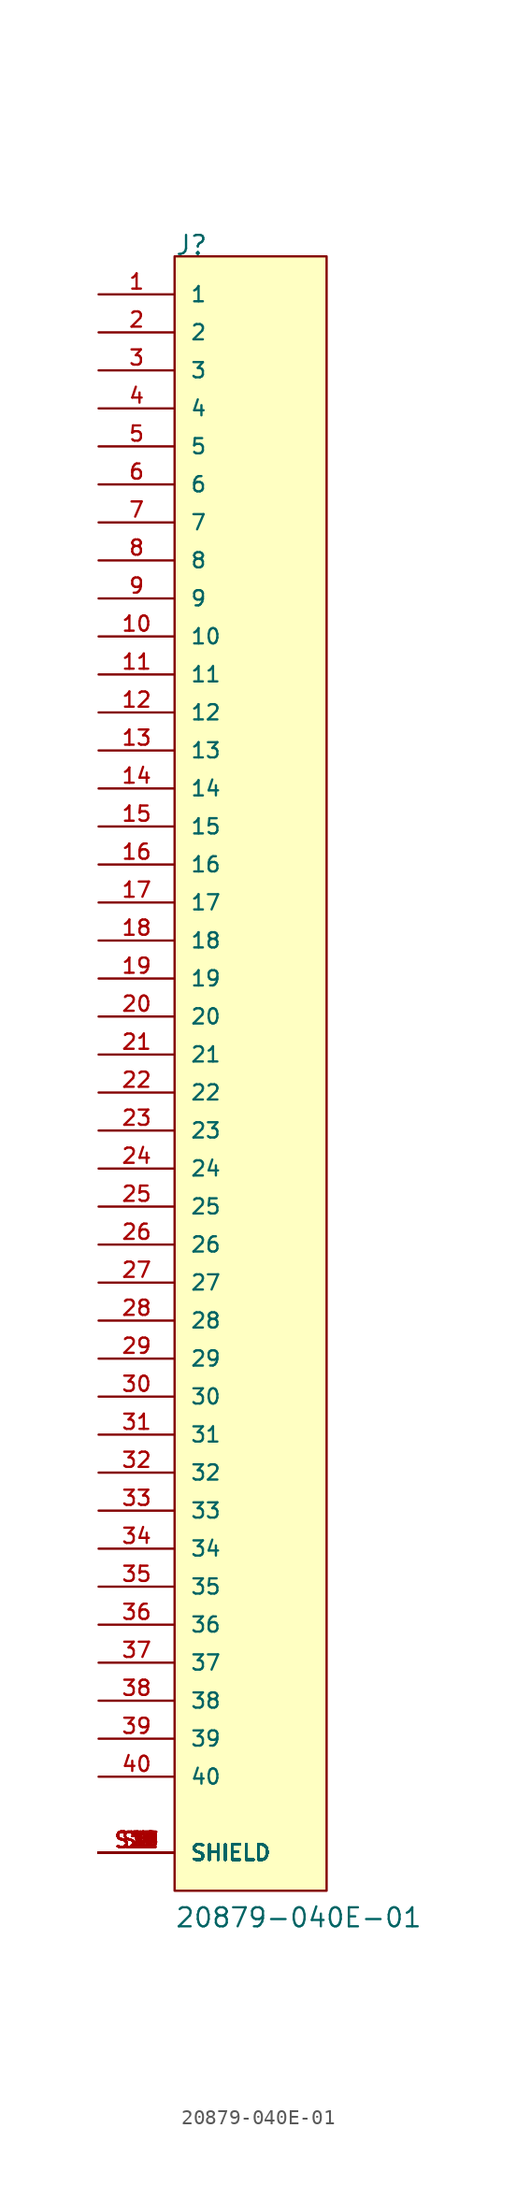
<source format=kicad_sym>
(kicad_symbol_lib
  (version 20211014)
  (generator kicad_symbol_editor)
  (symbol "20879-040E-01"
    (pin_names
      (offset 1.016))
    (property "Reference" "J"
      (at -5.08 53.34 0)
      (effects (font (size 1.27 1.27)) (justify bottom left)))
    (property "Value" "20879-040E-01"
      (at -5.08 -58.42 0)
      (effects (font (size 1.27 1.27)) (justify bottom left)))
    (symbol "20879-040E-01_0_0"
      (rectangle (start -5.08 -55.88) (end 5.08 53.34) (stroke (width 0.152)) (fill (type background)))
      (pin passive line (at -10.16 50.8 0) (length 5.08) (name "1" (effects (font (size 1.016 1.016)))) (number "1" (effects (font (size 1.016 1.016)))))
      (pin passive line (at -10.16 48.26 0) (length 5.08) (name "2" (effects (font (size 1.016 1.016)))) (number "2" (effects (font (size 1.016 1.016)))))
      (pin passive line (at -10.16 45.72 0) (length 5.08) (name "3" (effects (font (size 1.016 1.016)))) (number "3" (effects (font (size 1.016 1.016)))))
      (pin passive line (at -10.16 43.18 0) (length 5.08) (name "4" (effects (font (size 1.016 1.016)))) (number "4" (effects (font (size 1.016 1.016)))))
      (pin passive line (at -10.16 40.64 0) (length 5.08) (name "5" (effects (font (size 1.016 1.016)))) (number "5" (effects (font (size 1.016 1.016)))))
      (pin passive line (at -10.16 38.1 0) (length 5.08) (name "6" (effects (font (size 1.016 1.016)))) (number "6" (effects (font (size 1.016 1.016)))))
      (pin passive line (at -10.16 35.56 0) (length 5.08) (name "7" (effects (font (size 1.016 1.016)))) (number "7" (effects (font (size 1.016 1.016)))))
      (pin passive line (at -10.16 33.02 0) (length 5.08) (name "8" (effects (font (size 1.016 1.016)))) (number "8" (effects (font (size 1.016 1.016)))))
      (pin passive line (at -10.16 30.48 0) (length 5.08) (name "9" (effects (font (size 1.016 1.016)))) (number "9" (effects (font (size 1.016 1.016)))))
      (pin passive line (at -10.16 27.94 0) (length 5.08) (name "10" (effects (font (size 1.016 1.016)))) (number "10" (effects (font (size 1.016 1.016)))))
      (pin passive line (at -10.16 25.4 0) (length 5.08) (name "11" (effects (font (size 1.016 1.016)))) (number "11" (effects (font (size 1.016 1.016)))))
      (pin passive line (at -10.16 22.86 0) (length 5.08) (name "12" (effects (font (size 1.016 1.016)))) (number "12" (effects (font (size 1.016 1.016)))))
      (pin passive line (at -10.16 20.32 0) (length 5.08) (name "13" (effects (font (size 1.016 1.016)))) (number "13" (effects (font (size 1.016 1.016)))))
      (pin passive line (at -10.16 17.78 0) (length 5.08) (name "14" (effects (font (size 1.016 1.016)))) (number "14" (effects (font (size 1.016 1.016)))))
      (pin passive line (at -10.16 15.24 0) (length 5.08) (name "15" (effects (font (size 1.016 1.016)))) (number "15" (effects (font (size 1.016 1.016)))))
      (pin passive line (at -10.16 12.7 0) (length 5.08) (name "16" (effects (font (size 1.016 1.016)))) (number "16" (effects (font (size 1.016 1.016)))))
      (pin passive line (at -10.16 10.16 0) (length 5.08) (name "17" (effects (font (size 1.016 1.016)))) (number "17" (effects (font (size 1.016 1.016)))))
      (pin passive line (at -10.16 7.62 0) (length 5.08) (name "18" (effects (font (size 1.016 1.016)))) (number "18" (effects (font (size 1.016 1.016)))))
      (pin passive line (at -10.16 5.08 0) (length 5.08) (name "19" (effects (font (size 1.016 1.016)))) (number "19" (effects (font (size 1.016 1.016)))))
      (pin passive line (at -10.16 2.54 0) (length 5.08) (name "20" (effects (font (size 1.016 1.016)))) (number "20" (effects (font (size 1.016 1.016)))))
      (pin passive line (at -10.16 0.0 0) (length 5.08) (name "21" (effects (font (size 1.016 1.016)))) (number "21" (effects (font (size 1.016 1.016)))))
      (pin passive line (at -10.16 -2.54 0) (length 5.08) (name "22" (effects (font (size 1.016 1.016)))) (number "22" (effects (font (size 1.016 1.016)))))
      (pin passive line (at -10.16 -5.08 0) (length 5.08) (name "23" (effects (font (size 1.016 1.016)))) (number "23" (effects (font (size 1.016 1.016)))))
      (pin passive line (at -10.16 -7.62 0) (length 5.08) (name "24" (effects (font (size 1.016 1.016)))) (number "24" (effects (font (size 1.016 1.016)))))
      (pin passive line (at -10.16 -10.16 0) (length 5.08) (name "25" (effects (font (size 1.016 1.016)))) (number "25" (effects (font (size 1.016 1.016)))))
      (pin passive line (at -10.16 -12.7 0) (length 5.08) (name "26" (effects (font (size 1.016 1.016)))) (number "26" (effects (font (size 1.016 1.016)))))
      (pin passive line (at -10.16 -15.24 0) (length 5.08) (name "27" (effects (font (size 1.016 1.016)))) (number "27" (effects (font (size 1.016 1.016)))))
      (pin passive line (at -10.16 -17.78 0) (length 5.08) (name "28" (effects (font (size 1.016 1.016)))) (number "28" (effects (font (size 1.016 1.016)))))
      (pin passive line (at -10.16 -20.32 0) (length 5.08) (name "29" (effects (font (size 1.016 1.016)))) (number "29" (effects (font (size 1.016 1.016)))))
      (pin passive line (at -10.16 -22.86 0) (length 5.08) (name "30" (effects (font (size 1.016 1.016)))) (number "30" (effects (font (size 1.016 1.016)))))
      (pin passive line (at -10.16 -53.34 0) (length 5.08) (name "SHIELD" (effects (font (size 1.016 1.016)))) (number "S1" (effects (font (size 1.016 1.016)))))
      (pin passive line (at -10.16 -53.34 0) (length 5.08) (name "SHIELD" (effects (font (size 1.016 1.016)))) (number "S2" (effects (font (size 1.016 1.016)))))
      (pin passive line (at -10.16 -53.34 0) (length 5.08) (name "SHIELD" (effects (font (size 1.016 1.016)))) (number "S3" (effects (font (size 1.016 1.016)))))
      (pin passive line (at -10.16 -53.34 0) (length 5.08) (name "SHIELD" (effects (font (size 1.016 1.016)))) (number "S4" (effects (font (size 1.016 1.016)))))
      (pin passive line (at -10.16 -53.34 0) (length 5.08) (name "SHIELD" (effects (font (size 1.016 1.016)))) (number "S5" (effects (font (size 1.016 1.016)))))
      (pin passive line (at -10.16 -53.34 0) (length 5.08) (name "SHIELD" (effects (font (size 1.016 1.016)))) (number "S6" (effects (font (size 1.016 1.016)))))
      (pin passive line (at -10.16 -53.34 0) (length 5.08) (name "SHIELD" (effects (font (size 1.016 1.016)))) (number "S7" (effects (font (size 1.016 1.016)))))
      (pin passive line (at -10.16 -53.34 0) (length 5.08) (name "SHIELD" (effects (font (size 1.016 1.016)))) (number "S8" (effects (font (size 1.016 1.016)))))
      (pin passive line (at -10.16 -53.34 0) (length 5.08) (name "SHIELD" (effects (font (size 1.016 1.016)))) (number "S9" (effects (font (size 1.016 1.016)))))
      (pin passive line (at -10.16 -53.34 0) (length 5.08) (name "SHIELD" (effects (font (size 1.016 1.016)))) (number "S10" (effects (font (size 1.016 1.016)))))
      (pin passive line (at -10.16 -53.34 0) (length 5.08) (name "SHIELD" (effects (font (size 1.016 1.016)))) (number "S11" (effects (font (size 1.016 1.016)))))
      (pin passive line (at -10.16 -53.34 0) (length 5.08) (name "SHIELD" (effects (font (size 1.016 1.016)))) (number "S12" (effects (font (size 1.016 1.016)))))
      (pin passive line (at -10.16 -53.34 0) (length 5.08) (name "SHIELD" (effects (font (size 1.016 1.016)))) (number "S13" (effects (font (size 1.016 1.016)))))
      (pin passive line (at -10.16 -53.34 0) (length 5.08) (name "SHIELD" (effects (font (size 1.016 1.016)))) (number "S14" (effects (font (size 1.016 1.016)))))
      (pin passive line (at -10.16 -53.34 0) (length 5.08) (name "SHIELD" (effects (font (size 1.016 1.016)))) (number "S15" (effects (font (size 1.016 1.016)))))
      (pin passive line (at -10.16 -53.34 0) (length 5.08) (name "SHIELD" (effects (font (size 1.016 1.016)))) (number "S16" (effects (font (size 1.016 1.016)))))
      (pin passive line (at -10.16 -53.34 0) (length 5.08) (name "SHIELD" (effects (font (size 1.016 1.016)))) (number "S17" (effects (font (size 1.016 1.016)))))
      (pin passive line (at -10.16 -53.34 0) (length 5.08) (name "SHIELD" (effects (font (size 1.016 1.016)))) (number "S18" (effects (font (size 1.016 1.016)))))
      (pin passive line (at -10.16 -53.34 0) (length 5.08) (name "SHIELD" (effects (font (size 1.016 1.016)))) (number "S19" (effects (font (size 1.016 1.016)))))
      (pin passive line (at -10.16 -53.34 0) (length 5.08) (name "SHIELD" (effects (font (size 1.016 1.016)))) (number "S20" (effects (font (size 1.016 1.016)))))
      (pin passive line (at -10.16 -53.34 0) (length 5.08) (name "SHIELD" (effects (font (size 1.016 1.016)))) (number "S21" (effects (font (size 1.016 1.016)))))
      (pin passive line (at -10.16 -53.34 0) (length 5.08) (name "SHIELD" (effects (font (size 1.016 1.016)))) (number "S22" (effects (font (size 1.016 1.016)))))
      (pin passive line (at -10.16 -53.34 0) (length 5.08) (name "SHIELD" (effects (font (size 1.016 1.016)))) (number "S23" (effects (font (size 1.016 1.016)))))
      (pin passive line (at -10.16 -53.34 0) (length 5.08) (name "SHIELD" (effects (font (size 1.016 1.016)))) (number "S24" (effects (font (size 1.016 1.016)))))
      (pin passive line (at -10.16 -53.34 0) (length 5.08) (name "SHIELD" (effects (font (size 1.016 1.016)))) (number "S25" (effects (font (size 1.016 1.016)))))
      (pin passive line (at -10.16 -53.34 0) (length 5.08) (name "SHIELD" (effects (font (size 1.016 1.016)))) (number "S26" (effects (font (size 1.016 1.016)))))
      (pin passive line (at -10.16 -53.34 0) (length 5.08) (name "SHIELD" (effects (font (size 1.016 1.016)))) (number "S27" (effects (font (size 1.016 1.016)))))
      (pin passive line (at -10.16 -53.34 0) (length 5.08) (name "SHIELD" (effects (font (size 1.016 1.016)))) (number "S28" (effects (font (size 1.016 1.016)))))
      (pin passive line (at -10.16 -53.34 0) (length 5.08) (name "SHIELD" (effects (font (size 1.016 1.016)))) (number "S29" (effects (font (size 1.016 1.016)))))
      (pin passive line (at -10.16 -53.34 0) (length 5.08) (name "SHIELD" (effects (font (size 1.016 1.016)))) (number "S30" (effects (font (size 1.016 1.016)))))
      (pin passive line (at -10.16 -53.34 0) (length 5.08) (name "SHIELD" (effects (font (size 1.016 1.016)))) (number "S31" (effects (font (size 1.016 1.016)))))
      (pin passive line (at -10.16 -53.34 0) (length 5.08) (name "SHIELD" (effects (font (size 1.016 1.016)))) (number "S32" (effects (font (size 1.016 1.016)))))
      (pin passive line (at -10.16 -53.34 0) (length 5.08) (name "SHIELD" (effects (font (size 1.016 1.016)))) (number "S33" (effects (font (size 1.016 1.016)))))
      (pin passive line (at -10.16 -53.34 0) (length 5.08) (name "SHIELD" (effects (font (size 1.016 1.016)))) (number "S34" (effects (font (size 1.016 1.016)))))
      (pin passive line (at -10.16 -25.4 0) (length 5.08) (name "31" (effects (font (size 1.016 1.016)))) (number "31" (effects (font (size 1.016 1.016)))))
      (pin passive line (at -10.16 -27.94 0) (length 5.08) (name "32" (effects (font (size 1.016 1.016)))) (number "32" (effects (font (size 1.016 1.016)))))
      (pin passive line (at -10.16 -30.48 0) (length 5.08) (name "33" (effects (font (size 1.016 1.016)))) (number "33" (effects (font (size 1.016 1.016)))))
      (pin passive line (at -10.16 -33.02 0) (length 5.08) (name "34" (effects (font (size 1.016 1.016)))) (number "34" (effects (font (size 1.016 1.016)))))
      (pin passive line (at -10.16 -35.56 0) (length 5.08) (name "35" (effects (font (size 1.016 1.016)))) (number "35" (effects (font (size 1.016 1.016)))))
      (pin passive line (at -10.16 -38.1 0) (length 5.08) (name "36" (effects (font (size 1.016 1.016)))) (number "36" (effects (font (size 1.016 1.016)))))
      (pin passive line (at -10.16 -40.64 0) (length 5.08) (name "37" (effects (font (size 1.016 1.016)))) (number "37" (effects (font (size 1.016 1.016)))))
      (pin passive line (at -10.16 -43.18 0) (length 5.08) (name "38" (effects (font (size 1.016 1.016)))) (number "38" (effects (font (size 1.016 1.016)))))
      (pin passive line (at -10.16 -45.72 0) (length 5.08) (name "39" (effects (font (size 1.016 1.016)))) (number "39" (effects (font (size 1.016 1.016)))))
      (pin passive line (at -10.16 -48.26 0) (length 5.08) (name "40" (effects (font (size 1.016 1.016)))) (number "40" (effects (font (size 1.016 1.016))))))))
</source>
